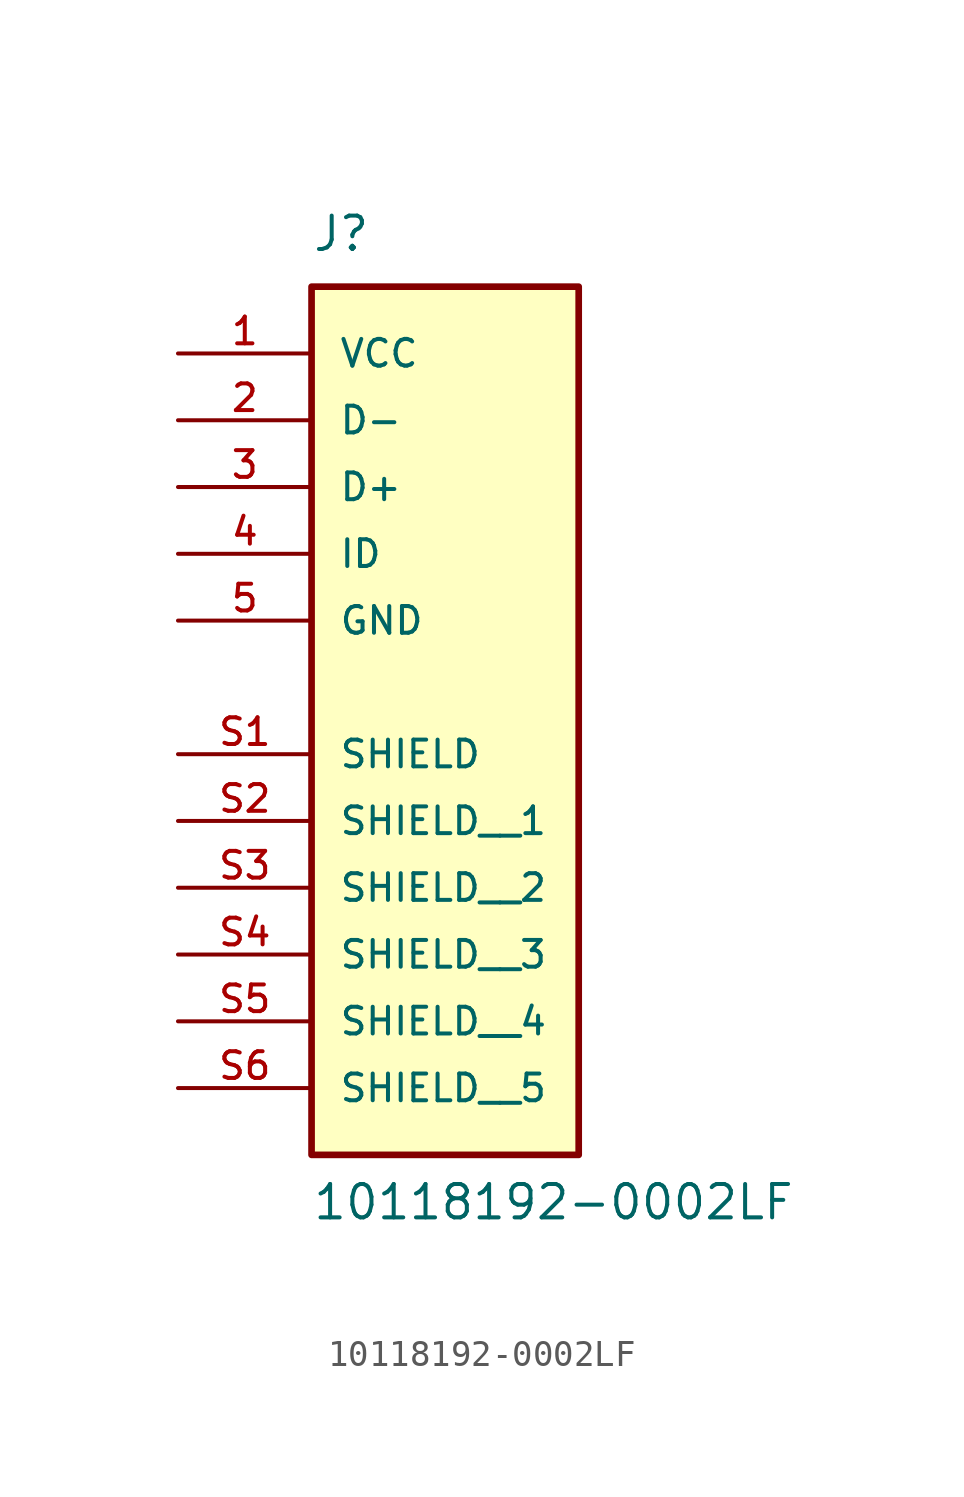
<source format=kicad_sym>
(kicad_symbol_lib
  (version 20241209)
  (generator "kicad_symbol_editor")
  (generator_version "9.0")
  (symbol "10118192-0002LF"
    (pin_names
      (offset 1.016))
    (property "Reference" "J"
      (at -5.08 11.43 0)
      (effects (font (size 1.27 1.27)) (justify left bottom)))
    (property "Value" "10118192-0002LF"
      (at -5.08 -25.4 0)
      (effects (font (size 1.27 1.27)) (justify left bottom)))
    (symbol "10118192-0002LF_0_0"
      (rectangle (start -5.08 10.16) (end 5.08 -22.86) (stroke (width 0.254) (type default)) (fill (type background)))
      (pin power_in line (at -10.16 7.62 0) (length 5.08) (name "VCC" (effects (font (size 1.016 1.016)))) (number "1" (effects (font (size 1.016 1.016)))))
      (pin bidirectional line (at -10.16 5.08 0) (length 5.08) (name "D-" (effects (font (size 1.016 1.016)))) (number "2" (effects (font (size 1.016 1.016)))))
      (pin bidirectional line (at -10.16 2.54 0) (length 5.08) (name "D+" (effects (font (size 1.016 1.016)))) (number "3" (effects (font (size 1.016 1.016)))))
      (pin bidirectional line (at -10.16 0 0) (length 5.08) (name "ID" (effects (font (size 1.016 1.016)))) (number "4" (effects (font (size 1.016 1.016)))))
      (pin power_in line (at -10.16 -2.54 0) (length 5.08) (name "GND" (effects (font (size 1.016 1.016)))) (number "5" (effects (font (size 1.016 1.016)))))
      (pin passive line (at -10.16 -7.62 0) (length 5.08) (name "SHIELD" (effects (font (size 1.016 1.016)))) (number "S1" (effects (font (size 1.016 1.016)))))
      (pin passive line (at -10.16 -10.16 0) (length 5.08) (name "SHIELD__1" (effects (font (size 1.016 1.016)))) (number "S2" (effects (font (size 1.016 1.016)))))
      (pin passive line (at -10.16 -12.7 0) (length 5.08) (name "SHIELD__2" (effects (font (size 1.016 1.016)))) (number "S3" (effects (font (size 1.016 1.016)))))
      (pin passive line (at -10.16 -15.24 0) (length 5.08) (name "SHIELD__3" (effects (font (size 1.016 1.016)))) (number "S4" (effects (font (size 1.016 1.016)))))
      (pin passive line (at -10.16 -17.78 0) (length 5.08) (name "SHIELD__4" (effects (font (size 1.016 1.016)))) (number "S5" (effects (font (size 1.016 1.016)))))
      (pin passive line (at -10.16 -20.32 0) (length 5.08) (name "SHIELD__5" (effects (font (size 1.016 1.016)))) (number "S6" (effects (font (size 1.016 1.016))))))))
</source>
